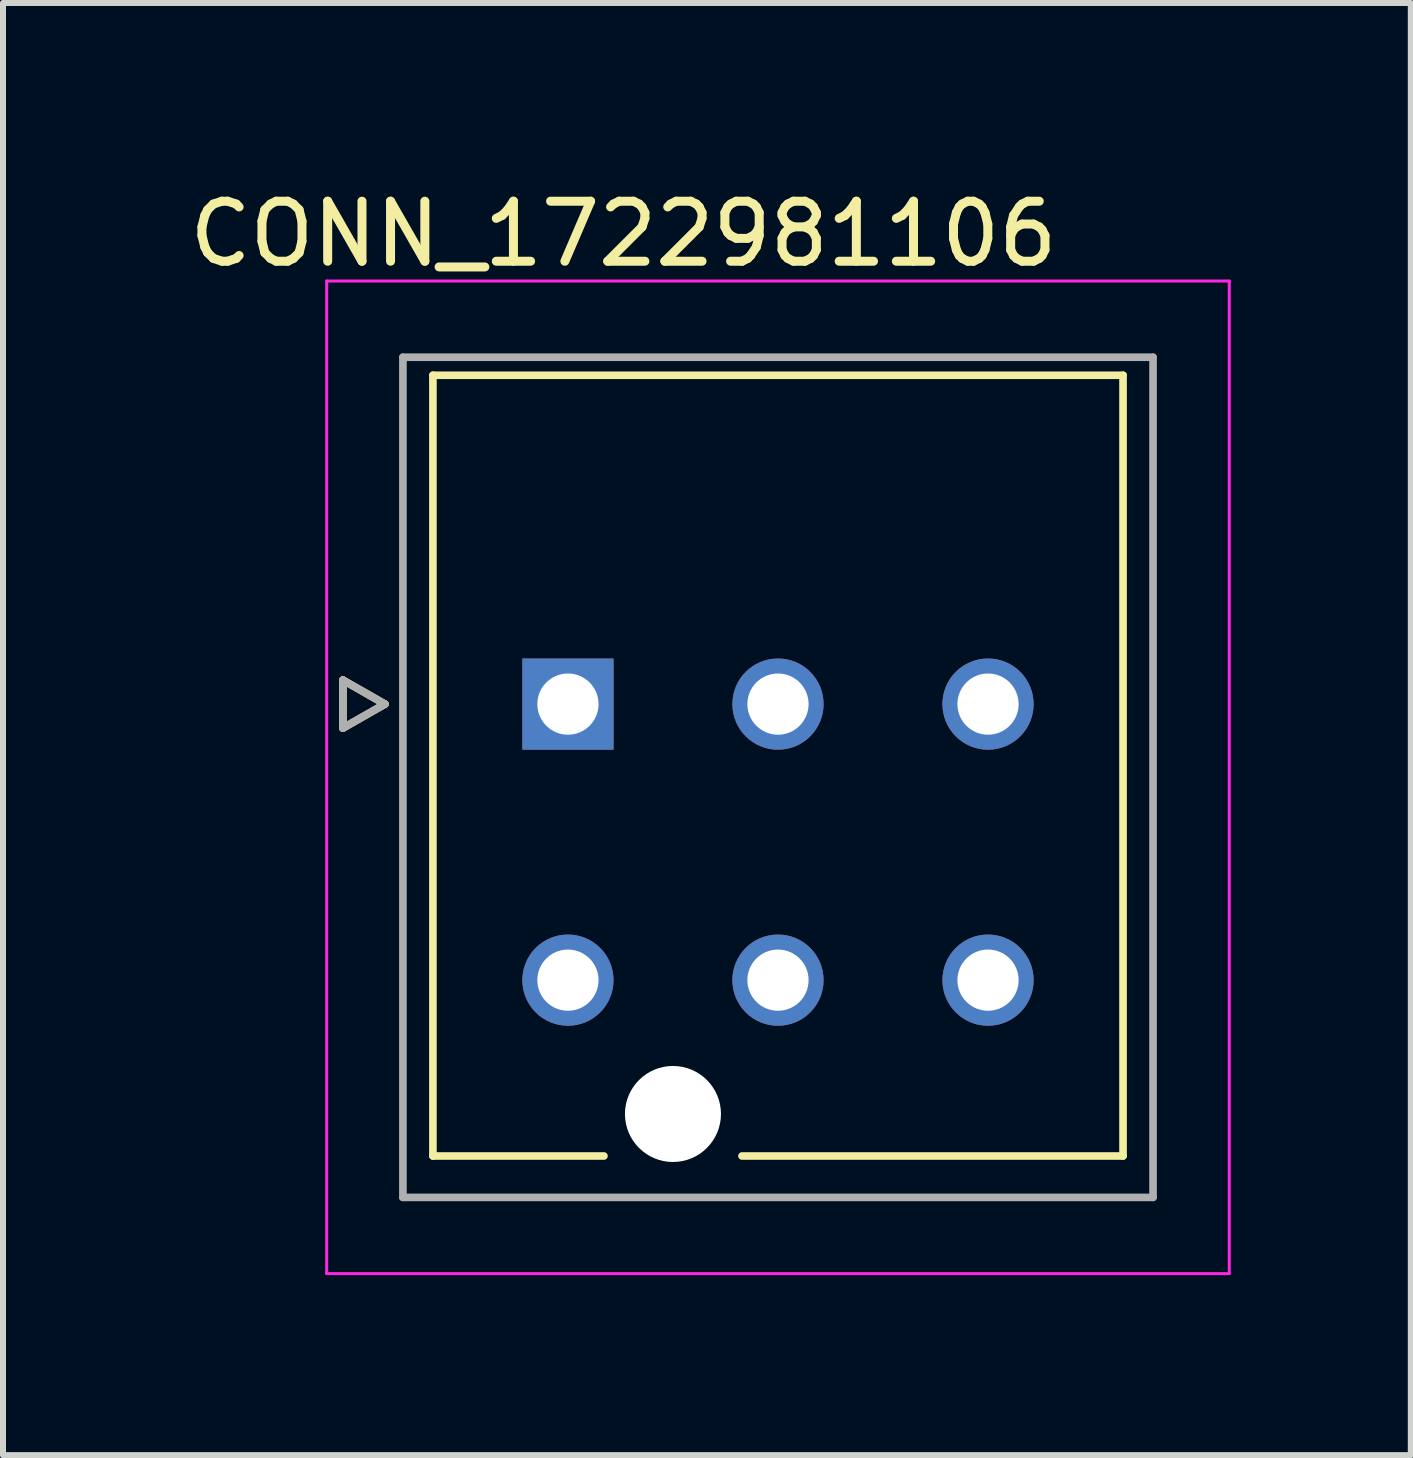
<source format=kicad_pcb>
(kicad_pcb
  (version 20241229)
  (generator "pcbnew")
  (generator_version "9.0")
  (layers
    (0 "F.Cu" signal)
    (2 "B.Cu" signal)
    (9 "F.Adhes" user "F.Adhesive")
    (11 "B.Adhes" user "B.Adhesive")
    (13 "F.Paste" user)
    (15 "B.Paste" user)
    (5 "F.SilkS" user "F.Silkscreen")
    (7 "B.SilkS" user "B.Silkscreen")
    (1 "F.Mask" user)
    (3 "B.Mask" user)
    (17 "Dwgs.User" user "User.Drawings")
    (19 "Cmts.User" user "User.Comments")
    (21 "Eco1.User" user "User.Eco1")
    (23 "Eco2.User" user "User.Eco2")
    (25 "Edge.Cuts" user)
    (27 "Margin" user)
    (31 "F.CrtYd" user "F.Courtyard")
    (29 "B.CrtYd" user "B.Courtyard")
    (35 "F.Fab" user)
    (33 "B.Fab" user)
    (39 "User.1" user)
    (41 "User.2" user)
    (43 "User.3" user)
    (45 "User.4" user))
  (footprint "CONN_1722981106"
    (layer "F.Cu")
    (at 6.414 8.683)
    (property "Reference" "CONN_1722981106" (at 0.925 -7.835 0) (layer "F.SilkS") (effects (font (size 1 1) (thickness 0.15))))
    (attr through_hole)
    (fp_circle (center 0 4.6) (end 0.418 4.6) (stroke (width 0.836) (type solid)) (fill no) (layer "F.Mask"))
    (fp_circle (center 1.75 6.83) (end 2.188 6.83) (stroke (width 0.876) (type solid)) (fill no) (layer "F.Mask"))
    (fp_circle (center 3.5 0) (end 3.918 0) (stroke (width 0.836) (type solid)) (fill no) (layer "F.Mask"))
    (fp_circle (center 3.5 4.6) (end 3.918 4.6) (stroke (width 0.836) (type solid)) (fill no) (layer "F.Mask"))
    (fp_circle (center 7 0) (end 7.418 0) (stroke (width 0.836) (type solid)) (fill no) (layer "F.Mask"))
    (fp_circle (center 7 4.6) (end 7.418 4.6) (stroke (width 0.836) (type solid)) (fill no) (layer "F.Mask"))
    (fp_poly (pts (xy -0.836 -0.836) (xy 0.836 -0.836) (xy 0.836 0.836) (xy -0.836 0.836)) (stroke (width 0.01) (type solid)) (fill yes) (layer "F.Mask"))
    (fp_circle (center 0 4.6) (end 0.418 4.6) (stroke (width 0.836) (type solid)) (fill no) (layer "B.Mask"))
    (fp_circle (center 1.75 6.83) (end 2.188 6.83) (stroke (width 0.876) (type solid)) (fill no) (layer "B.Mask"))
    (fp_circle (center 3.5 0) (end 3.918 0) (stroke (width 0.836) (type solid)) (fill no) (layer "B.Mask"))
    (fp_circle (center 3.5 4.6) (end 3.918 4.6) (stroke (width 0.836) (type solid)) (fill no) (layer "B.Mask"))
    (fp_circle (center 7 0) (end 7.418 0) (stroke (width 0.836) (type solid)) (fill no) (layer "B.Mask"))
    (fp_circle (center 7 4.6) (end 7.418 4.6) (stroke (width 0.836) (type solid)) (fill no) (layer "B.Mask"))
    (fp_poly (pts (xy -0.836 -0.836) (xy 0.836 -0.836) (xy 0.836 0.836) (xy -0.836 0.836)) (stroke (width 0.01) (type solid)) (fill yes) (layer "B.Mask"))
    (fp_line (start -3.75 -0.4) (end -3.75 0.4) (stroke (width 0.127) (type solid)) (layer "F.SilkS"))
    (fp_line (start -3.75 0.4) (end -3.05 0) (stroke (width 0.127) (type solid)) (layer "F.SilkS"))
    (fp_line (start -3.05 0) (end -3.75 -0.4) (stroke (width 0.127) (type solid)) (layer "F.SilkS"))
    (fp_line (start -2.25 -5.48) (end 9.25 -5.48) (stroke (width 0.127) (type solid)) (layer "F.SilkS"))
    (fp_line (start -2.25 7.53) (end -2.25 -5.48) (stroke (width 0.127) (type solid)) (layer "F.SilkS"))
    (fp_line (start 0.6 7.53) (end -2.25 7.53) (stroke (width 0.127) (type solid)) (layer "F.SilkS"))
    (fp_line (start 9.25 -5.48) (end 9.25 7.53) (stroke (width 0.127) (type solid)) (layer "F.SilkS"))
    (fp_line (start 9.25 7.53) (end 2.9 7.53) (stroke (width 0.127) (type solid)) (layer "F.SilkS"))
    (fp_line (start -4.02 -7.05) (end -4.02 9.49) (stroke (width 0.05) (type solid)) (layer "F.CrtYd"))
    (fp_line (start -4.02 9.49) (end 11.02 9.49) (stroke (width 0.05) (type solid)) (layer "F.CrtYd"))
    (fp_line (start 11.02 -7.05) (end -4.02 -7.05) (stroke (width 0.05) (type solid)) (layer "F.CrtYd"))
    (fp_line (start 11.02 9.49) (end 11.02 -7.05) (stroke (width 0.05) (type solid)) (layer "F.CrtYd"))
    (fp_line (start -3.75 -0.4) (end -3.75 0.4) (stroke (width 0.127) (type solid)) (layer "F.Fab"))
    (fp_line (start -3.75 0.4) (end -3.05 0) (stroke (width 0.127) (type solid)) (layer "F.Fab"))
    (fp_line (start -3.05 0) (end -3.75 -0.4) (stroke (width 0.127) (type solid)) (layer "F.Fab"))
    (fp_line (start -2.75 -5.78) (end -2.75 8.22) (stroke (width 0.127) (type solid)) (layer "F.Fab"))
    (fp_line (start -2.75 8.22) (end 9.75 8.22) (stroke (width 0.127) (type solid)) (layer "F.Fab"))
    (fp_line (start 9.75 -5.78) (end -2.75 -5.78) (stroke (width 0.127) (type solid)) (layer "F.Fab"))
    (fp_line (start 9.75 8.22) (end 9.75 -5.78) (stroke (width 0.127) (type solid)) (layer "F.Fab"))
    (pad "" np_thru_hole circle (at 1.75 6.83) (size 1.6 1.6) (drill 1.6) (layers "*.Cu" "*.Mask"))
    (pad "1" thru_hole rect (at 0 0) (size 1.52 1.52) (drill 1.02) (layers "*.Cu"))
    (pad "2" thru_hole circle (at 3.5 0) (size 1.52 1.52) (drill 1.02) (layers "*.Cu"))
    (pad "3" thru_hole circle (at 7 0) (size 1.52 1.52) (drill 1.02) (layers "*.Cu"))
    (pad "4" thru_hole circle (at 0 4.6) (size 1.52 1.52) (drill 1.02) (layers "*.Cu"))
    (pad "5" thru_hole circle (at 3.5 4.6) (size 1.52 1.52) (drill 1.02) (layers "*.Cu"))
    (pad "6" thru_hole circle (at 7 4.6) (size 1.52 1.52) (drill 1.02) (layers "*.Cu")))
  (gr_rect
    (start -3 -3)
    (end 20.459 21.198)
    (stroke (width 0.1) (type default))
    (fill no)
    (layer "Edge.Cuts")))
</source>
